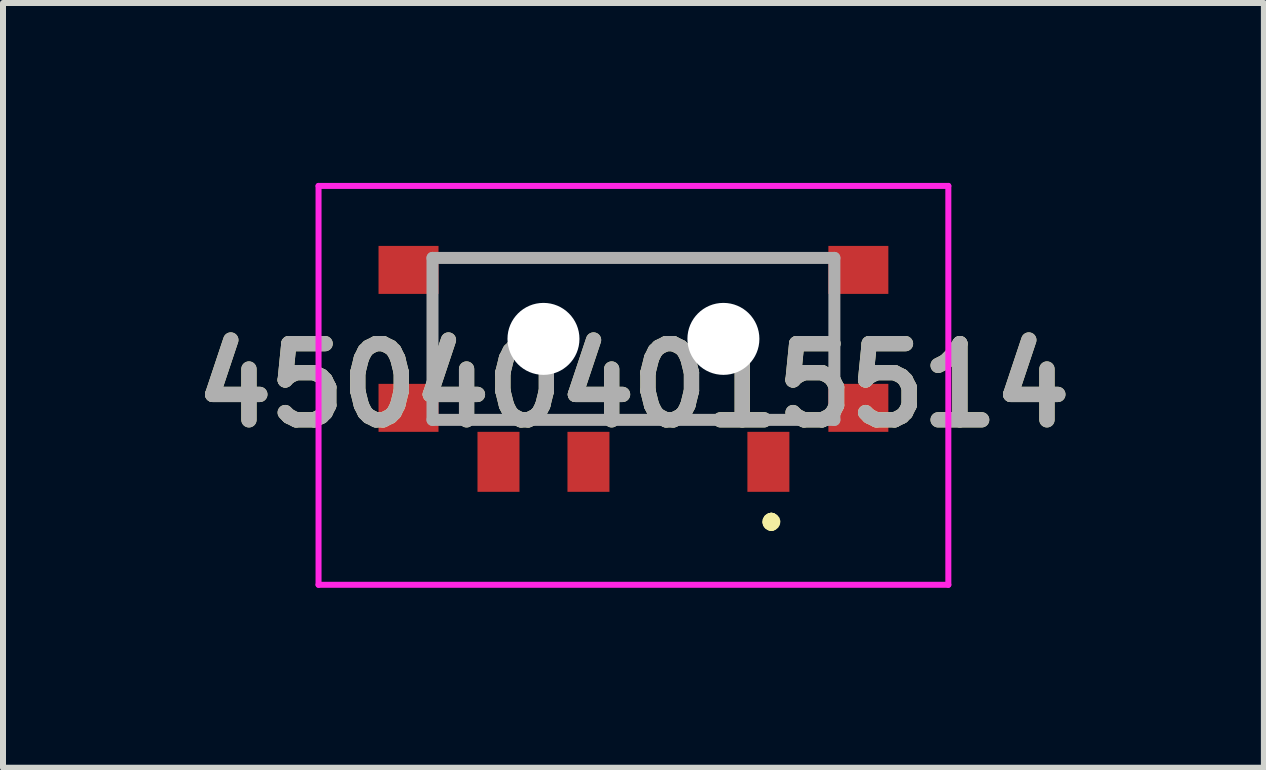
<source format=kicad_pcb>
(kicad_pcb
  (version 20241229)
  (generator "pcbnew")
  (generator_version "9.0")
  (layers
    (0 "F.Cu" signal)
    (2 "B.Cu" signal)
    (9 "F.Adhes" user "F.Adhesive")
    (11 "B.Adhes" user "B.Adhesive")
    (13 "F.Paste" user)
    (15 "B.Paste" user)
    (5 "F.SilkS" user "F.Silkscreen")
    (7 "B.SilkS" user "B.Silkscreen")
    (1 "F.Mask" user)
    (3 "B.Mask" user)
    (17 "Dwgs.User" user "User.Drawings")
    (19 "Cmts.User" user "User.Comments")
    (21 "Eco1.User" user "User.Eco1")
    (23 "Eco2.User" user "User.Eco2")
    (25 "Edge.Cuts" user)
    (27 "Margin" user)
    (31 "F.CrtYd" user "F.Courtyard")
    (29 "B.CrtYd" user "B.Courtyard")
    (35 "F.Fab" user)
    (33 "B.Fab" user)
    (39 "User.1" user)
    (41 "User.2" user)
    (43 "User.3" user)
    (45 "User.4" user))
  (footprint "450404015514"
    (layer "F.Cu")
    (at 7.511 2.6)
    (property "Reference" "450404015514" (at 0 0.775 0) (layer "F.SilkS") (effects (font (size 1.27 1.27) (thickness 0.254))))
    (attr through_hole)
    (fp_line (start -2.5 -1.35) (end -2.5 -1.35) (stroke (width 0.1) (type solid)) (layer "F.SilkS"))
    (fp_line (start -2.5 -1.35) (end 2.5 -1.35) (stroke (width 0.1) (type solid)) (layer "F.SilkS"))
    (fp_line (start 0.25 1.35) (end 0.25 1.35) (stroke (width 0.1) (type solid)) (layer "F.SilkS"))
    (fp_line (start 0.25 1.35) (end 1.25 1.35) (stroke (width 0.1) (type solid)) (layer "F.SilkS"))
    (fp_line (start 1.25 1.35) (end 0.25 1.35) (stroke (width 0.1) (type solid)) (layer "F.SilkS"))
    (fp_line (start 1.25 1.35) (end 1.25 1.35) (stroke (width 0.1) (type solid)) (layer "F.SilkS"))
    (fp_line (start 2.3 3) (end 2.3 3) (stroke (width 0.2) (type solid)) (layer "F.SilkS"))
    (fp_line (start 2.3 3) (end 2.3 3) (stroke (width 0.2) (type solid)) (layer "F.SilkS"))
    (fp_line (start 2.3 3.1) (end 2.3 3.1) (stroke (width 0.2) (type solid)) (layer "F.SilkS"))
    (fp_line (start 2.5 -1.35) (end -2.5 -1.35) (stroke (width 0.1) (type solid)) (layer "F.SilkS"))
    (fp_line (start 2.5 -1.35) (end 2.5 -1.35) (stroke (width 0.1) (type solid)) (layer "F.SilkS"))
    (fp_arc (start 2.3 3) (mid 2.35 3.05) (end 2.3 3.1) (stroke (width 0.2) (type solid)) (layer "F.SilkS"))
    (fp_arc (start 2.3 3.1) (mid 2.25 3.05) (end 2.3 3) (stroke (width 0.2) (type solid)) (layer "F.SilkS"))
    (fp_arc (start 2.3 3.1) (mid 2.25 3.05) (end 2.3 3) (stroke (width 0.2) (type solid)) (layer "F.SilkS"))
    (fp_line (start -5.25 -2.55) (end 5.25 -2.55) (stroke (width 0.1) (type solid)) (layer "F.CrtYd"))
    (fp_line (start -5.25 4.1) (end -5.25 -2.55) (stroke (width 0.1) (type solid)) (layer "F.CrtYd"))
    (fp_line (start 5.25 -2.55) (end 5.25 4.1) (stroke (width 0.1) (type solid)) (layer "F.CrtYd"))
    (fp_line (start 5.25 4.1) (end -5.25 4.1) (stroke (width 0.1) (type solid)) (layer "F.CrtYd"))
    (fp_line (start -3.35 -1.35) (end -3.35 1.35) (stroke (width 0.2) (type solid)) (layer "F.Fab"))
    (fp_line (start -3.35 1.35) (end 3.35 1.35) (stroke (width 0.2) (type solid)) (layer "F.Fab"))
    (fp_line (start 3.35 -1.35) (end -3.35 -1.35) (stroke (width 0.2) (type solid)) (layer "F.Fab"))
    (fp_line (start 3.35 1.35) (end 3.35 -1.35) (stroke (width 0.2) (type solid)) (layer "F.Fab"))
    (fp_text user "${REFERENCE}" (at 0 0.775 0) (layer "F.Fab") (effects (font (size 1.27 1.27) (thickness 0.254))))
    (pad "" np_thru_hole circle (at -1.5 0) (size 1.2 1.2) (drill 1.2) (layers "*.Cu" "*.Mask"))
    (pad "" np_thru_hole circle (at 1.5 0) (size 1.2 1.2) (drill 1.2) (layers "*.Cu" "*.Mask"))
    (pad "1" smd rect (at 2.25 2.05) (size 0.7 1) (layers "F.Cu" "F.Mask" "F.Paste"))
    (pad "2" smd rect (at -0.75 2.05) (size 0.7 1) (layers "F.Cu" "F.Mask" "F.Paste"))
    (pad "3" smd rect (at -2.25 2.05) (size 0.7 1) (layers "F.Cu" "F.Mask" "F.Paste"))
    (pad "MP1" smd rect (at 3.75 1.15 90) (size 0.8 1) (layers "F.Cu" "F.Mask" "F.Paste"))
    (pad "MP2" smd rect (at -3.75 1.15 90) (size 0.8 1) (layers "F.Cu" "F.Mask" "F.Paste"))
    (pad "MP3" smd rect (at -3.75 -1.15 90) (size 0.8 1) (layers "F.Cu" "F.Mask" "F.Paste"))
    (pad "MP4" smd rect (at 3.75 -1.15 90) (size 0.8 1) (layers "F.Cu" "F.Mask" "F.Paste")))
  (gr_rect
    (start -3 -3)
    (end 18.022 9.75)
    (stroke (width 0.1) (type default))
    (fill no)
    (layer "Edge.Cuts")))
</source>
